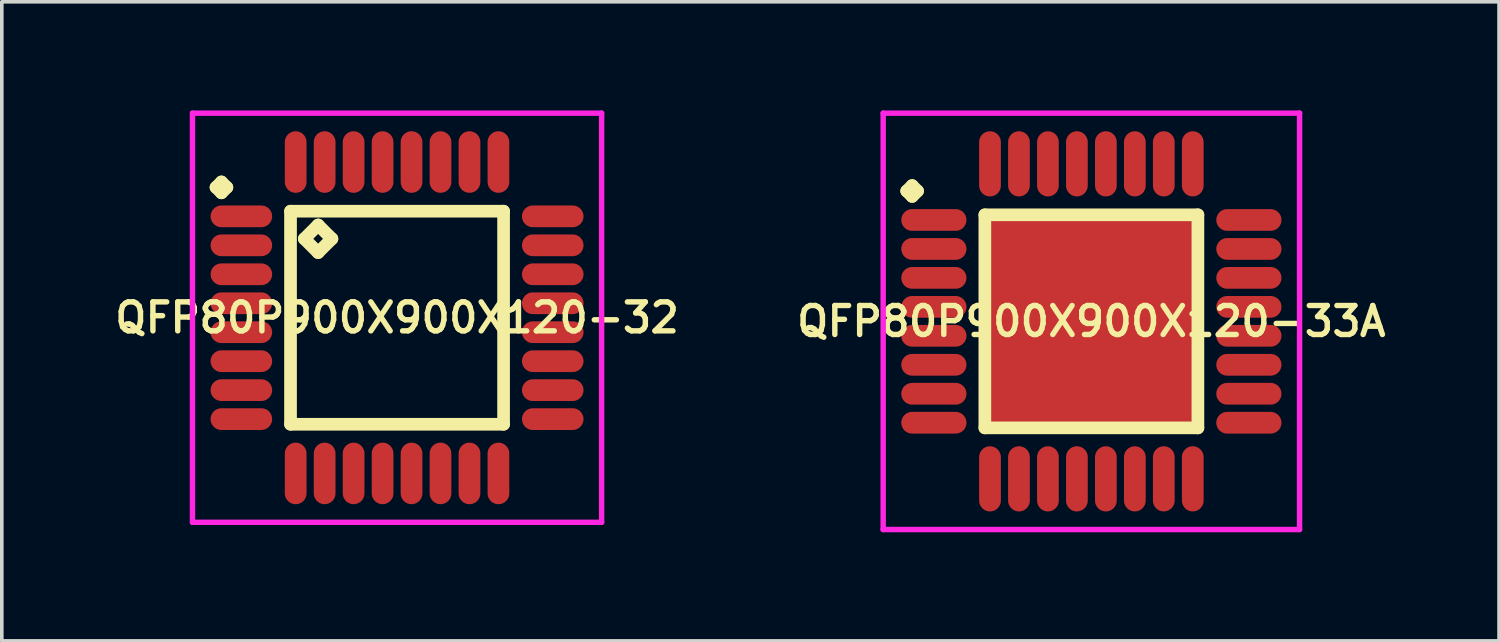
<source format=kicad_pcb>
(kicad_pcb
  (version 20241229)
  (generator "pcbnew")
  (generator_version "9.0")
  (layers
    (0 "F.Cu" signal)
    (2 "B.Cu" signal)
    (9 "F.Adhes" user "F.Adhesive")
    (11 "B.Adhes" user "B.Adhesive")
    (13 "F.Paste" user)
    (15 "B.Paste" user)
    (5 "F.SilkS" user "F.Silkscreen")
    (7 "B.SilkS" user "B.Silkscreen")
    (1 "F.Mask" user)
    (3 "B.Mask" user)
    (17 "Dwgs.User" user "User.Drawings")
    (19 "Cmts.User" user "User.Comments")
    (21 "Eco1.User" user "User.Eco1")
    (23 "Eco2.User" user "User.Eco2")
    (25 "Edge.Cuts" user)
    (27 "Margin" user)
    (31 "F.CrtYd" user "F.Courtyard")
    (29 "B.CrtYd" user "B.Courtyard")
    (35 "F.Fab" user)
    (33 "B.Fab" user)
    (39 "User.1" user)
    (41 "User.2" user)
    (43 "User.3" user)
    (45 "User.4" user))
  (footprint "QFP80P900X900X120-32"
    (layer "F.Cu")
    (at 7.916 5.725)
    (property "Reference" "QFP80P900X900X120-32" (at 0 0 0) (layer "F.SilkS") (effects (font (size 0.8 0.8) (thickness 0.15))))
    (attr smd)
    (fp_line (start -5 -3.6) (end -4.85 -3.75) (stroke (width 0.35) (type solid)) (layer "F.SilkS"))
    (fp_line (start -4.85 -3.75) (end -4.7 -3.6) (stroke (width 0.35) (type solid)) (layer "F.SilkS"))
    (fp_line (start -4.85 -3.45) (end -5 -3.6) (stroke (width 0.35) (type solid)) (layer "F.SilkS"))
    (fp_line (start -4.7 -3.6) (end -4.85 -3.45) (stroke (width 0.35) (type solid)) (layer "F.SilkS"))
    (fp_line (start -2.942 -2.942) (end -2.942 2.942) (stroke (width 0.35) (type solid)) (layer "F.SilkS"))
    (fp_line (start -2.942 2.942) (end 2.942 2.942) (stroke (width 0.35) (type solid)) (layer "F.SilkS"))
    (fp_line (start -2.561 -2.18) (end -2.18 -2.561) (stroke (width 0.35) (type solid)) (layer "F.SilkS"))
    (fp_line (start -2.18 -2.561) (end -1.799 -2.18) (stroke (width 0.35) (type solid)) (layer "F.SilkS"))
    (fp_line (start -2.18 -1.799) (end -2.561 -2.18) (stroke (width 0.35) (type solid)) (layer "F.SilkS"))
    (fp_line (start -1.799 -2.18) (end -2.18 -1.799) (stroke (width 0.35) (type solid)) (layer "F.SilkS"))
    (fp_line (start 2.942 -2.942) (end -2.942 -2.942) (stroke (width 0.35) (type solid)) (layer "F.SilkS"))
    (fp_line (start 2.942 2.942) (end 2.942 -2.942) (stroke (width 0.35) (type solid)) (layer "F.SilkS"))
    (fp_line (start -5.65 -5.65) (end 5.65 -5.65) (stroke (width 0.15) (type solid)) (layer "F.CrtYd"))
    (fp_line (start -5.65 5.65) (end -5.65 -5.65) (stroke (width 0.15) (type solid)) (layer "F.CrtYd"))
    (fp_line (start 5.65 -5.65) (end 5.65 5.65) (stroke (width 0.15) (type solid)) (layer "F.CrtYd"))
    (fp_line (start 5.65 5.65) (end -5.65 5.65) (stroke (width 0.15) (type solid)) (layer "F.CrtYd"))
    (pad "1" smd oval (at -4.3 -2.8) (size 1.7 0.6) (layers "F.Cu" "F.Mask" "F.Paste"))
    (pad "2" smd oval (at -4.3 -2) (size 1.7 0.6) (layers "F.Cu" "F.Mask" "F.Paste"))
    (pad "3" smd oval (at -4.3 -1.2) (size 1.7 0.6) (layers "F.Cu" "F.Mask" "F.Paste"))
    (pad "4" smd oval (at -4.3 -0.4) (size 1.7 0.6) (layers "F.Cu" "F.Mask" "F.Paste"))
    (pad "5" smd oval (at -4.3 0.4) (size 1.7 0.6) (layers "F.Cu" "F.Mask" "F.Paste"))
    (pad "6" smd oval (at -4.3 1.2) (size 1.7 0.6) (layers "F.Cu" "F.Mask" "F.Paste"))
    (pad "7" smd oval (at -4.3 2) (size 1.7 0.6) (layers "F.Cu" "F.Mask" "F.Paste"))
    (pad "8" smd oval (at -4.3 2.8) (size 1.7 0.6) (layers "F.Cu" "F.Mask" "F.Paste"))
    (pad "9" smd oval (at -2.8 4.3) (size 0.6 1.7) (layers "F.Cu" "F.Mask" "F.Paste"))
    (pad "10" smd oval (at -2 4.3) (size 0.6 1.7) (layers "F.Cu" "F.Mask" "F.Paste"))
    (pad "11" smd oval (at -1.2 4.3) (size 0.6 1.7) (layers "F.Cu" "F.Mask" "F.Paste"))
    (pad "12" smd oval (at -0.4 4.3) (size 0.6 1.7) (layers "F.Cu" "F.Mask" "F.Paste"))
    (pad "13" smd oval (at 0.4 4.3) (size 0.6 1.7) (layers "F.Cu" "F.Mask" "F.Paste"))
    (pad "14" smd oval (at 1.2 4.3) (size 0.6 1.7) (layers "F.Cu" "F.Mask" "F.Paste"))
    (pad "15" smd oval (at 2 4.3) (size 0.6 1.7) (layers "F.Cu" "F.Mask" "F.Paste"))
    (pad "16" smd oval (at 2.8 4.3) (size 0.6 1.7) (layers "F.Cu" "F.Mask" "F.Paste"))
    (pad "17" smd oval (at 4.3 2.8) (size 1.7 0.6) (layers "F.Cu" "F.Mask" "F.Paste"))
    (pad "18" smd oval (at 4.3 2) (size 1.7 0.6) (layers "F.Cu" "F.Mask" "F.Paste"))
    (pad "19" smd oval (at 4.3 1.2) (size 1.7 0.6) (layers "F.Cu" "F.Mask" "F.Paste"))
    (pad "20" smd oval (at 4.3 0.4) (size 1.7 0.6) (layers "F.Cu" "F.Mask" "F.Paste"))
    (pad "21" smd oval (at 4.3 -0.4) (size 1.7 0.6) (layers "F.Cu" "F.Mask" "F.Paste"))
    (pad "22" smd oval (at 4.3 -1.2) (size 1.7 0.6) (layers "F.Cu" "F.Mask" "F.Paste"))
    (pad "23" smd oval (at 4.3 -2) (size 1.7 0.6) (layers "F.Cu" "F.Mask" "F.Paste"))
    (pad "24" smd oval (at 4.3 -2.8) (size 1.7 0.6) (layers "F.Cu" "F.Mask" "F.Paste"))
    (pad "25" smd oval (at 2.8 -4.3) (size 0.6 1.7) (layers "F.Cu" "F.Mask" "F.Paste"))
    (pad "26" smd oval (at 2 -4.3) (size 0.6 1.7) (layers "F.Cu" "F.Mask" "F.Paste"))
    (pad "27" smd oval (at 1.2 -4.3) (size 0.6 1.7) (layers "F.Cu" "F.Mask" "F.Paste"))
    (pad "28" smd oval (at 0.4 -4.3) (size 0.6 1.7) (layers "F.Cu" "F.Mask" "F.Paste"))
    (pad "29" smd oval (at -0.4 -4.3) (size 0.6 1.7) (layers "F.Cu" "F.Mask" "F.Paste"))
    (pad "30" smd oval (at -1.2 -4.3) (size 0.6 1.7) (layers "F.Cu" "F.Mask" "F.Paste"))
    (pad "31" smd oval (at -2 -4.3) (size 0.6 1.7) (layers "F.Cu" "F.Mask" "F.Paste"))
    (pad "32" smd oval (at -2.8 -4.3) (size 0.6 1.7) (layers "F.Cu" "F.Mask" "F.Paste")))
  (footprint "QFP80P900X900X120-33A"
    (layer "F.Cu")
    (at 27.092 5.825)
    (property "Reference" "QFP80P900X900X120-33A" (at 0 0 0) (layer "F.SilkS") (effects (font (size 0.8 0.8) (thickness 0.15))))
    (attr smd)
    (fp_line (start -5.1 -3.6) (end -4.95 -3.75) (stroke (width 0.35) (type solid)) (layer "F.SilkS"))
    (fp_line (start -4.95 -3.75) (end -4.8 -3.6) (stroke (width 0.35) (type solid)) (layer "F.SilkS"))
    (fp_line (start -4.95 -3.45) (end -5.1 -3.6) (stroke (width 0.35) (type solid)) (layer "F.SilkS"))
    (fp_line (start -4.8 -3.6) (end -4.95 -3.45) (stroke (width 0.35) (type solid)) (layer "F.SilkS"))
    (fp_line (start -2.942 -2.942) (end -2.942 2.942) (stroke (width 0.35) (type solid)) (layer "F.SilkS"))
    (fp_line (start -2.942 2.942) (end 2.942 2.942) (stroke (width 0.35) (type solid)) (layer "F.SilkS"))
    (fp_line (start 2.942 -2.942) (end -2.942 -2.942) (stroke (width 0.35) (type solid)) (layer "F.SilkS"))
    (fp_line (start 2.942 2.942) (end 2.942 -2.942) (stroke (width 0.35) (type solid)) (layer "F.SilkS"))
    (fp_line (start -5.75 -5.75) (end 5.75 -5.75) (stroke (width 0.15) (type solid)) (layer "F.CrtYd"))
    (fp_line (start -5.75 5.75) (end -5.75 -5.75) (stroke (width 0.15) (type solid)) (layer "F.CrtYd"))
    (fp_line (start 5.75 -5.75) (end 5.75 5.75) (stroke (width 0.15) (type solid)) (layer "F.CrtYd"))
    (fp_line (start 5.75 5.75) (end -5.75 5.75) (stroke (width 0.15) (type solid)) (layer "F.CrtYd"))
    (pad "1" smd oval (at -4.35 -2.8) (size 1.8 0.6) (layers "F.Cu" "F.Mask" "F.Paste"))
    (pad "2" smd oval (at -4.35 -2) (size 1.8 0.6) (layers "F.Cu" "F.Mask" "F.Paste"))
    (pad "3" smd oval (at -4.35 -1.2) (size 1.8 0.6) (layers "F.Cu" "F.Mask" "F.Paste"))
    (pad "4" smd oval (at -4.35 -0.4) (size 1.8 0.6) (layers "F.Cu" "F.Mask" "F.Paste"))
    (pad "5" smd oval (at -4.35 0.4) (size 1.8 0.6) (layers "F.Cu" "F.Mask" "F.Paste"))
    (pad "6" smd oval (at -4.35 1.2) (size 1.8 0.6) (layers "F.Cu" "F.Mask" "F.Paste"))
    (pad "7" smd oval (at -4.35 2) (size 1.8 0.6) (layers "F.Cu" "F.Mask" "F.Paste"))
    (pad "8" smd oval (at -4.35 2.8) (size 1.8 0.6) (layers "F.Cu" "F.Mask" "F.Paste"))
    (pad "9" smd oval (at -2.8 4.35) (size 0.6 1.8) (layers "F.Cu" "F.Mask" "F.Paste"))
    (pad "10" smd oval (at -2 4.35) (size 0.6 1.8) (layers "F.Cu" "F.Mask" "F.Paste"))
    (pad "11" smd oval (at -1.2 4.35) (size 0.6 1.8) (layers "F.Cu" "F.Mask" "F.Paste"))
    (pad "12" smd oval (at -0.4 4.35) (size 0.6 1.8) (layers "F.Cu" "F.Mask" "F.Paste"))
    (pad "13" smd oval (at 0.4 4.35) (size 0.6 1.8) (layers "F.Cu" "F.Mask" "F.Paste"))
    (pad "14" smd oval (at 1.2 4.35) (size 0.6 1.8) (layers "F.Cu" "F.Mask" "F.Paste"))
    (pad "15" smd oval (at 2 4.35) (size 0.6 1.8) (layers "F.Cu" "F.Mask" "F.Paste"))
    (pad "16" smd oval (at 2.8 4.35) (size 0.6 1.8) (layers "F.Cu" "F.Mask" "F.Paste"))
    (pad "17" smd oval (at 4.35 2.8) (size 1.8 0.6) (layers "F.Cu" "F.Mask" "F.Paste"))
    (pad "18" smd oval (at 4.35 2) (size 1.8 0.6) (layers "F.Cu" "F.Mask" "F.Paste"))
    (pad "19" smd oval (at 4.35 1.2) (size 1.8 0.6) (layers "F.Cu" "F.Mask" "F.Paste"))
    (pad "20" smd oval (at 4.35 0.4) (size 1.8 0.6) (layers "F.Cu" "F.Mask" "F.Paste"))
    (pad "21" smd oval (at 4.35 -0.4) (size 1.8 0.6) (layers "F.Cu" "F.Mask" "F.Paste"))
    (pad "22" smd oval (at 4.35 -1.2) (size 1.8 0.6) (layers "F.Cu" "F.Mask" "F.Paste"))
    (pad "23" smd oval (at 4.35 -2) (size 1.8 0.6) (layers "F.Cu" "F.Mask" "F.Paste"))
    (pad "24" smd oval (at 4.35 -2.8) (size 1.8 0.6) (layers "F.Cu" "F.Mask" "F.Paste"))
    (pad "25" smd oval (at 2.8 -4.35) (size 0.6 1.8) (layers "F.Cu" "F.Mask" "F.Paste"))
    (pad "26" smd oval (at 2 -4.35) (size 0.6 1.8) (layers "F.Cu" "F.Mask" "F.Paste"))
    (pad "27" smd oval (at 1.2 -4.35) (size 0.6 1.8) (layers "F.Cu" "F.Mask" "F.Paste"))
    (pad "28" smd oval (at 0.4 -4.35) (size 0.6 1.8) (layers "F.Cu" "F.Mask" "F.Paste"))
    (pad "29" smd oval (at -0.4 -4.35) (size 0.6 1.8) (layers "F.Cu" "F.Mask" "F.Paste"))
    (pad "30" smd oval (at -1.2 -4.35) (size 0.6 1.8) (layers "F.Cu" "F.Mask" "F.Paste"))
    (pad "31" smd oval (at -2 -4.35) (size 0.6 1.8) (layers "F.Cu" "F.Mask" "F.Paste"))
    (pad "32" smd oval (at -2.8 -4.35) (size 0.6 1.8) (layers "F.Cu" "F.Mask" "F.Paste"))
    (pad "33" smd rect (at 0 0) (size 6 6) (layers "F.Cu" "F.Mask" "F.Paste")))
  (gr_rect
    (start -3 -3)
    (end 38.351 14.65)
    (stroke (width 0.1) (type default))
    (fill no)
    (layer "Edge.Cuts")))
</source>
